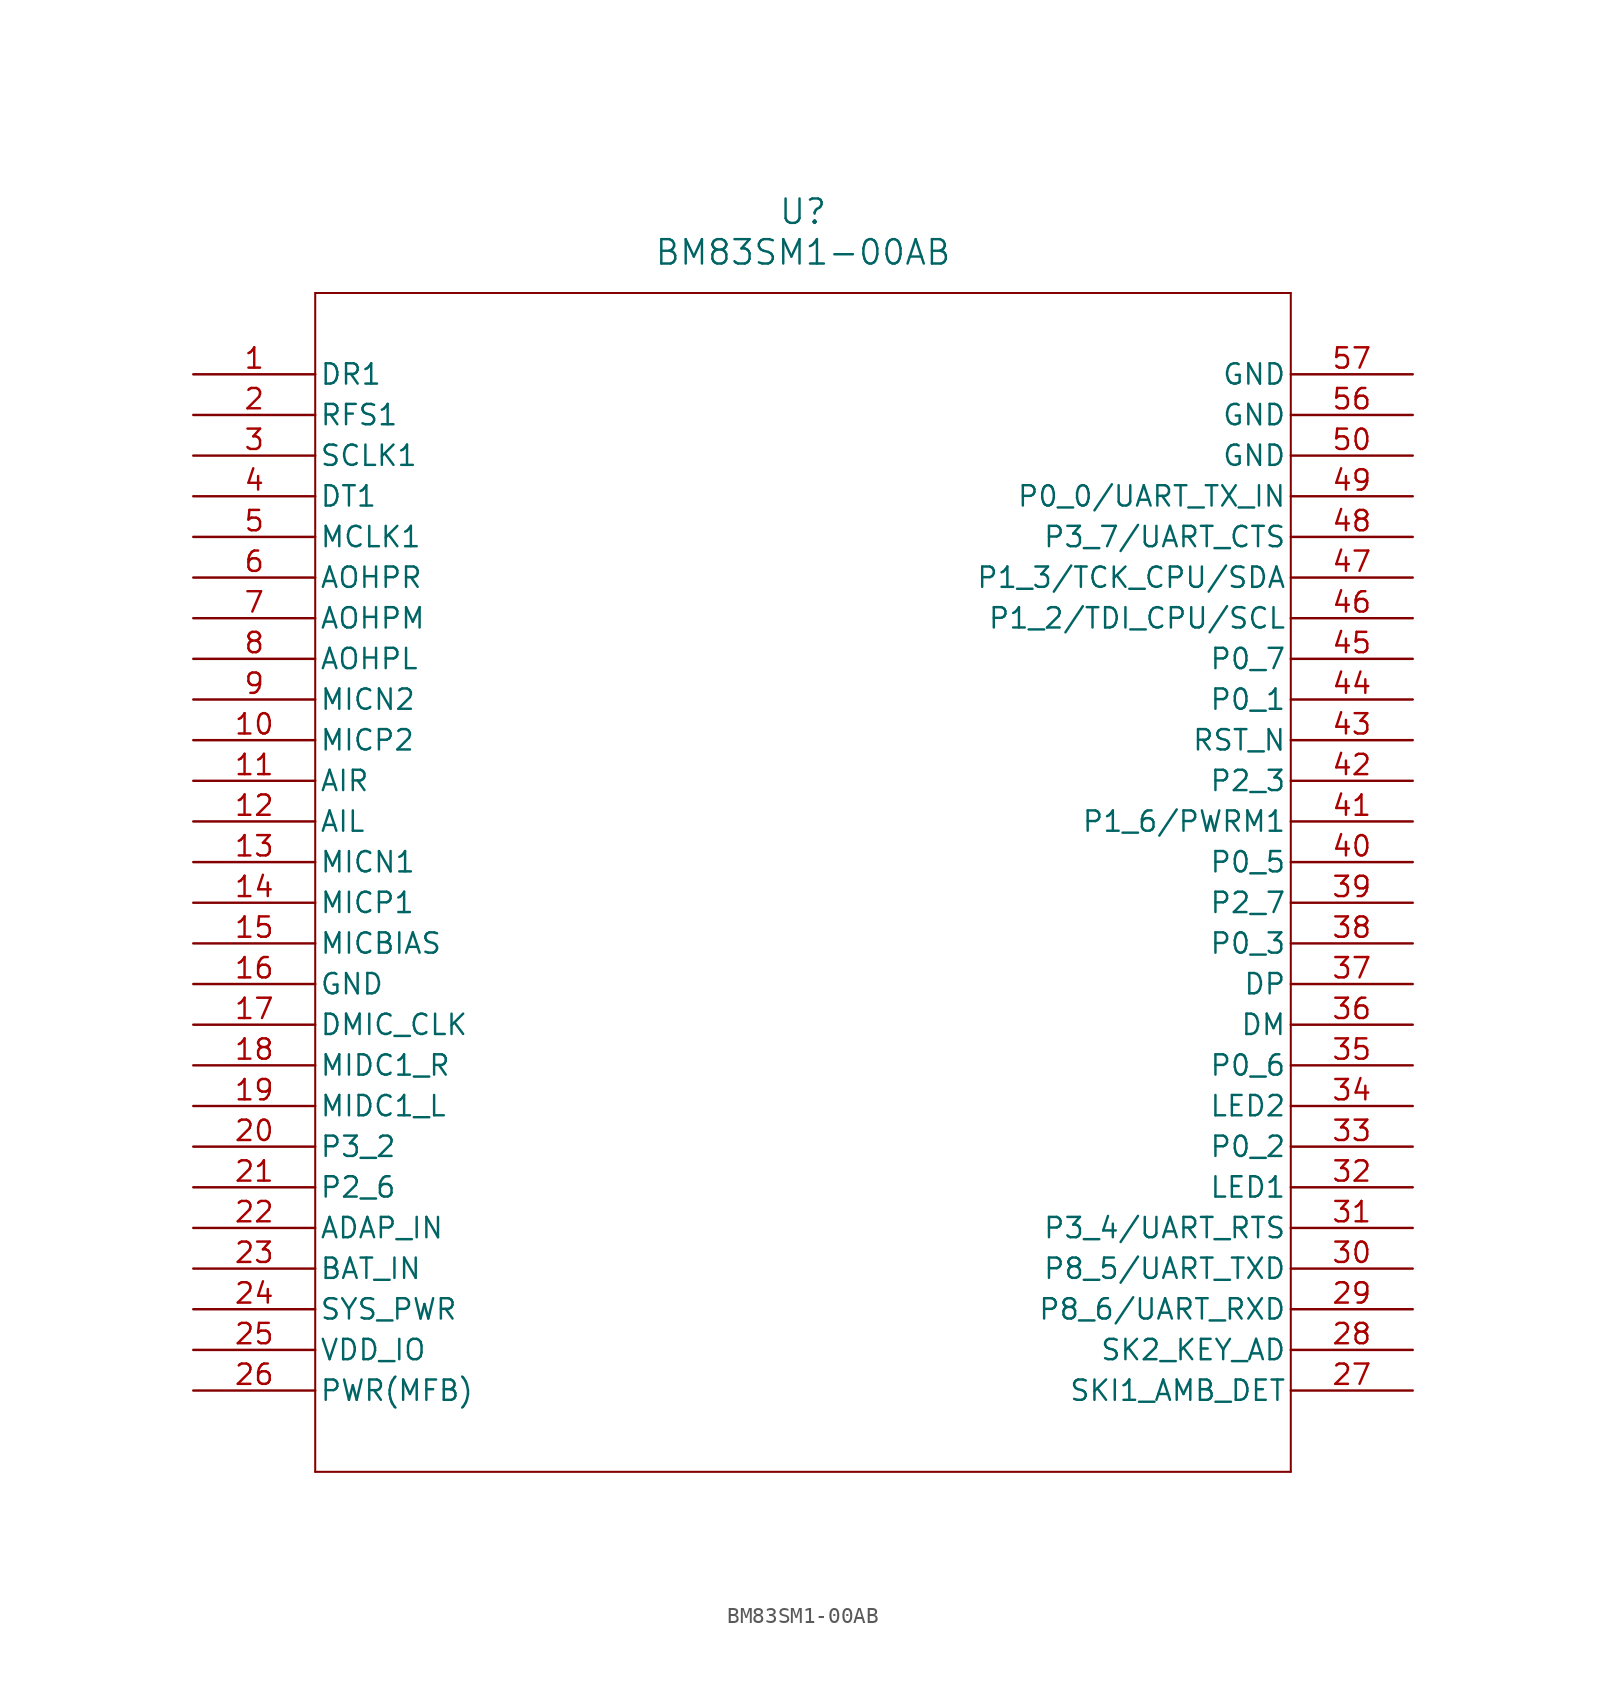
<source format=kicad_sym>
(kicad_symbol_lib
  (version 20211014)
  (generator kicad_symbol_editor)
  (symbol "BM83SM1-00AB"
    (pin_names
      (offset 0.254))
    (property "Reference" "U"
      (at 38.1 10.16 0)
      (effects (font (size 1.524 1.524))))
    (property "Value" "BM83SM1-00AB"
      (at 38.1 7.62 0)
      (effects (font (size 1.524 1.524))))
    (symbol "BM83SM1-00AB_0_1"
      (polyline (pts (xy 7.62 5.08) (xy 7.62 -68.58)) (stroke (width 0.127) (type default) (color 0 0 0 0)) (fill (type none)))
      (polyline (pts (xy 7.62 -68.58) (xy 68.58 -68.58)) (stroke (width 0.127) (type default) (color 0 0 0 0)) (fill (type none)))
      (polyline (pts (xy 68.58 -68.58) (xy 68.58 5.08)) (stroke (width 0.127) (type default) (color 0 0 0 0)) (fill (type none)))
      (polyline (pts (xy 68.58 5.08) (xy 7.62 5.08)) (stroke (width 0.127) (type default) (color 0 0 0 0)) (fill (type none)))
      (pin input line (at 0 0 0) (length 7.62) (name "DR1" (effects (font (size 1.27 1.27)))) (number "1" (effects (font (size 1.27 1.27)))))
      (pin bidirectional line (at 0 -2.54 0) (length 7.62) (name "RFS1" (effects (font (size 1.27 1.27)))) (number "2" (effects (font (size 1.27 1.27)))))
      (pin bidirectional line (at 0 -5.08 0) (length 7.62) (name "SCLK1" (effects (font (size 1.27 1.27)))) (number "3" (effects (font (size 1.27 1.27)))))
      (pin output line (at 0 -7.62 0) (length 7.62) (name "DT1" (effects (font (size 1.27 1.27)))) (number "4" (effects (font (size 1.27 1.27)))))
      (pin output line (at 0 -10.16 0) (length 7.62) (name "MCLK1" (effects (font (size 1.27 1.27)))) (number "5" (effects (font (size 1.27 1.27)))))
      (pin output line (at 0 -12.7 0) (length 7.62) (name "AOHPR" (effects (font (size 1.27 1.27)))) (number "6" (effects (font (size 1.27 1.27)))))
      (pin output line (at 0 -15.24 0) (length 7.62) (name "AOHPM" (effects (font (size 1.27 1.27)))) (number "7" (effects (font (size 1.27 1.27)))))
      (pin output line (at 0 -17.78 0) (length 7.62) (name "AOHPL" (effects (font (size 1.27 1.27)))) (number "8" (effects (font (size 1.27 1.27)))))
      (pin input line (at 0 -20.32 0) (length 7.62) (name "MICN2" (effects (font (size 1.27 1.27)))) (number "9" (effects (font (size 1.27 1.27)))))
      (pin input line (at 0 -22.86 0) (length 7.62) (name "MICP2" (effects (font (size 1.27 1.27)))) (number "10" (effects (font (size 1.27 1.27)))))
      (pin input line (at 0 -25.4 0) (length 7.62) (name "AIR" (effects (font (size 1.27 1.27)))) (number "11" (effects (font (size 1.27 1.27)))))
      (pin input line (at 0 -27.94 0) (length 7.62) (name "AIL" (effects (font (size 1.27 1.27)))) (number "12" (effects (font (size 1.27 1.27)))))
      (pin input line (at 0 -30.48 0) (length 7.62) (name "MICN1" (effects (font (size 1.27 1.27)))) (number "13" (effects (font (size 1.27 1.27)))))
      (pin input line (at 0 -33.02 0) (length 7.62) (name "MICP1" (effects (font (size 1.27 1.27)))) (number "14" (effects (font (size 1.27 1.27)))))
      (pin power_in line (at 0 -35.56 0) (length 7.62) (name "MICBIAS" (effects (font (size 1.27 1.27)))) (number "15" (effects (font (size 1.27 1.27)))))
      (pin power_out line (at 0 -38.1 0) (length 7.62) (name "GND" (effects (font (size 1.27 1.27)))) (number "16" (effects (font (size 1.27 1.27)))))
      (pin output line (at 0 -40.64 0) (length 7.62) (name "DMIC_CLK" (effects (font (size 1.27 1.27)))) (number "17" (effects (font (size 1.27 1.27)))))
      (pin input line (at 0 -43.18 0) (length 7.62) (name "MIDC1_R" (effects (font (size 1.27 1.27)))) (number "18" (effects (font (size 1.27 1.27)))))
      (pin input line (at 0 -45.72 0) (length 7.62) (name "MIDC1_L" (effects (font (size 1.27 1.27)))) (number "19" (effects (font (size 1.27 1.27)))))
      (pin bidirectional line (at 0 -48.26 0) (length 7.62) (name "P3_2" (effects (font (size 1.27 1.27)))) (number "20" (effects (font (size 1.27 1.27)))))
      (pin bidirectional line (at 0 -50.8 0) (length 7.62) (name "P2_6" (effects (font (size 1.27 1.27)))) (number "21" (effects (font (size 1.27 1.27)))))
      (pin power_in line (at 0 -53.34 0) (length 7.62) (name "ADAP_IN" (effects (font (size 1.27 1.27)))) (number "22" (effects (font (size 1.27 1.27)))))
      (pin power_in line (at 0 -55.88 0) (length 7.62) (name "BAT_IN" (effects (font (size 1.27 1.27)))) (number "23" (effects (font (size 1.27 1.27)))))
      (pin power_in line (at 0 -58.42 0) (length 7.62) (name "SYS_PWR" (effects (font (size 1.27 1.27)))) (number "24" (effects (font (size 1.27 1.27)))))
      (pin power_in line (at 0 -60.96 0) (length 7.62) (name "VDD_IO" (effects (font (size 1.27 1.27)))) (number "25" (effects (font (size 1.27 1.27)))))
      (pin input line (at 0 -63.5 0) (length 7.62) (name "PWR(MFB)" (effects (font (size 1.27 1.27)))) (number "26" (effects (font (size 1.27 1.27)))))
      (pin input line (at 76.2 -63.5 180) (length 7.62) (name "SKI1_AMB_DET" (effects (font (size 1.27 1.27)))) (number "27" (effects (font (size 1.27 1.27)))))
      (pin input line (at 76.2 -60.96 180) (length 7.62) (name "SK2_KEY_AD" (effects (font (size 1.27 1.27)))) (number "28" (effects (font (size 1.27 1.27)))))
      (pin bidirectional line (at 76.2 -58.42 180) (length 7.62) (name "P8_6/UART_RXD" (effects (font (size 1.27 1.27)))) (number "29" (effects (font (size 1.27 1.27)))))
      (pin bidirectional line (at 76.2 -55.88 180) (length 7.62) (name "P8_5/UART_TXD" (effects (font (size 1.27 1.27)))) (number "30" (effects (font (size 1.27 1.27)))))
      (pin bidirectional line (at 76.2 -53.34 180) (length 7.62) (name "P3_4/UART_RTS" (effects (font (size 1.27 1.27)))) (number "31" (effects (font (size 1.27 1.27)))))
      (pin input line (at 76.2 -50.8 180) (length 7.62) (name "LED1" (effects (font (size 1.27 1.27)))) (number "32" (effects (font (size 1.27 1.27)))))
      (pin bidirectional line (at 76.2 -48.26 180) (length 7.62) (name "P0_2" (effects (font (size 1.27 1.27)))) (number "33" (effects (font (size 1.27 1.27)))))
      (pin input line (at 76.2 -45.72 180) (length 7.62) (name "LED2" (effects (font (size 1.27 1.27)))) (number "34" (effects (font (size 1.27 1.27)))))
      (pin bidirectional line (at 76.2 -43.18 180) (length 7.62) (name "P0_6" (effects (font (size 1.27 1.27)))) (number "35" (effects (font (size 1.27 1.27)))))
      (pin bidirectional line (at 76.2 -40.64 180) (length 7.62) (name "DM" (effects (font (size 1.27 1.27)))) (number "36" (effects (font (size 1.27 1.27)))))
      (pin bidirectional line (at 76.2 -38.1 180) (length 7.62) (name "DP" (effects (font (size 1.27 1.27)))) (number "37" (effects (font (size 1.27 1.27)))))
      (pin bidirectional line (at 76.2 -35.56 180) (length 7.62) (name "P0_3" (effects (font (size 1.27 1.27)))) (number "38" (effects (font (size 1.27 1.27)))))
      (pin bidirectional line (at 76.2 -33.02 180) (length 7.62) (name "P2_7" (effects (font (size 1.27 1.27)))) (number "39" (effects (font (size 1.27 1.27)))))
      (pin bidirectional line (at 76.2 -30.48 180) (length 7.62) (name "P0_5" (effects (font (size 1.27 1.27)))) (number "40" (effects (font (size 1.27 1.27)))))
      (pin bidirectional line (at 76.2 -27.94 180) (length 7.62) (name "P1_6/PWRM1" (effects (font (size 1.27 1.27)))) (number "41" (effects (font (size 1.27 1.27)))))
      (pin bidirectional line (at 76.2 -25.4 180) (length 7.62) (name "P2_3" (effects (font (size 1.27 1.27)))) (number "42" (effects (font (size 1.27 1.27)))))
      (pin input line (at 76.2 -22.86 180) (length 7.62) (name "RST_N" (effects (font (size 1.27 1.27)))) (number "43" (effects (font (size 1.27 1.27)))))
      (pin bidirectional line (at 76.2 -20.32 180) (length 7.62) (name "P0_1" (effects (font (size 1.27 1.27)))) (number "44" (effects (font (size 1.27 1.27)))))
      (pin bidirectional line (at 76.2 -17.78 180) (length 7.62) (name "P0_7" (effects (font (size 1.27 1.27)))) (number "45" (effects (font (size 1.27 1.27)))))
      (pin bidirectional line (at 76.2 -15.24 180) (length 7.62) (name "P1_2/TDI_CPU/SCL" (effects (font (size 1.27 1.27)))) (number "46" (effects (font (size 1.27 1.27)))))
      (pin bidirectional line (at 76.2 -12.7 180) (length 7.62) (name "P1_3/TCK_CPU/SDA" (effects (font (size 1.27 1.27)))) (number "47" (effects (font (size 1.27 1.27)))))
      (pin bidirectional line (at 76.2 -10.16 180) (length 7.62) (name "P3_7/UART_CTS" (effects (font (size 1.27 1.27)))) (number "48" (effects (font (size 1.27 1.27)))))
      (pin bidirectional line (at 76.2 -7.62 180) (length 7.62) (name "P0_0/UART_TX_IN" (effects (font (size 1.27 1.27)))) (number "49" (effects (font (size 1.27 1.27)))))
      (pin power_out line (at 76.2 -5.08 180) (length 7.62) (name "GND" (effects (font (size 1.27 1.27)))) (number "50" (effects (font (size 1.27 1.27)))))
      (pin power_out line (at 76.2 -2.54 180) (length 7.62) (name "GND" (effects (font (size 1.27 1.27)))) (number "56" (effects (font (size 1.27 1.27)))))
      (pin power_out line (at 76.2 0 180) (length 7.62) (name "GND" (effects (font (size 1.27 1.27)))) (number "57" (effects (font (size 1.27 1.27))))))))
</source>
